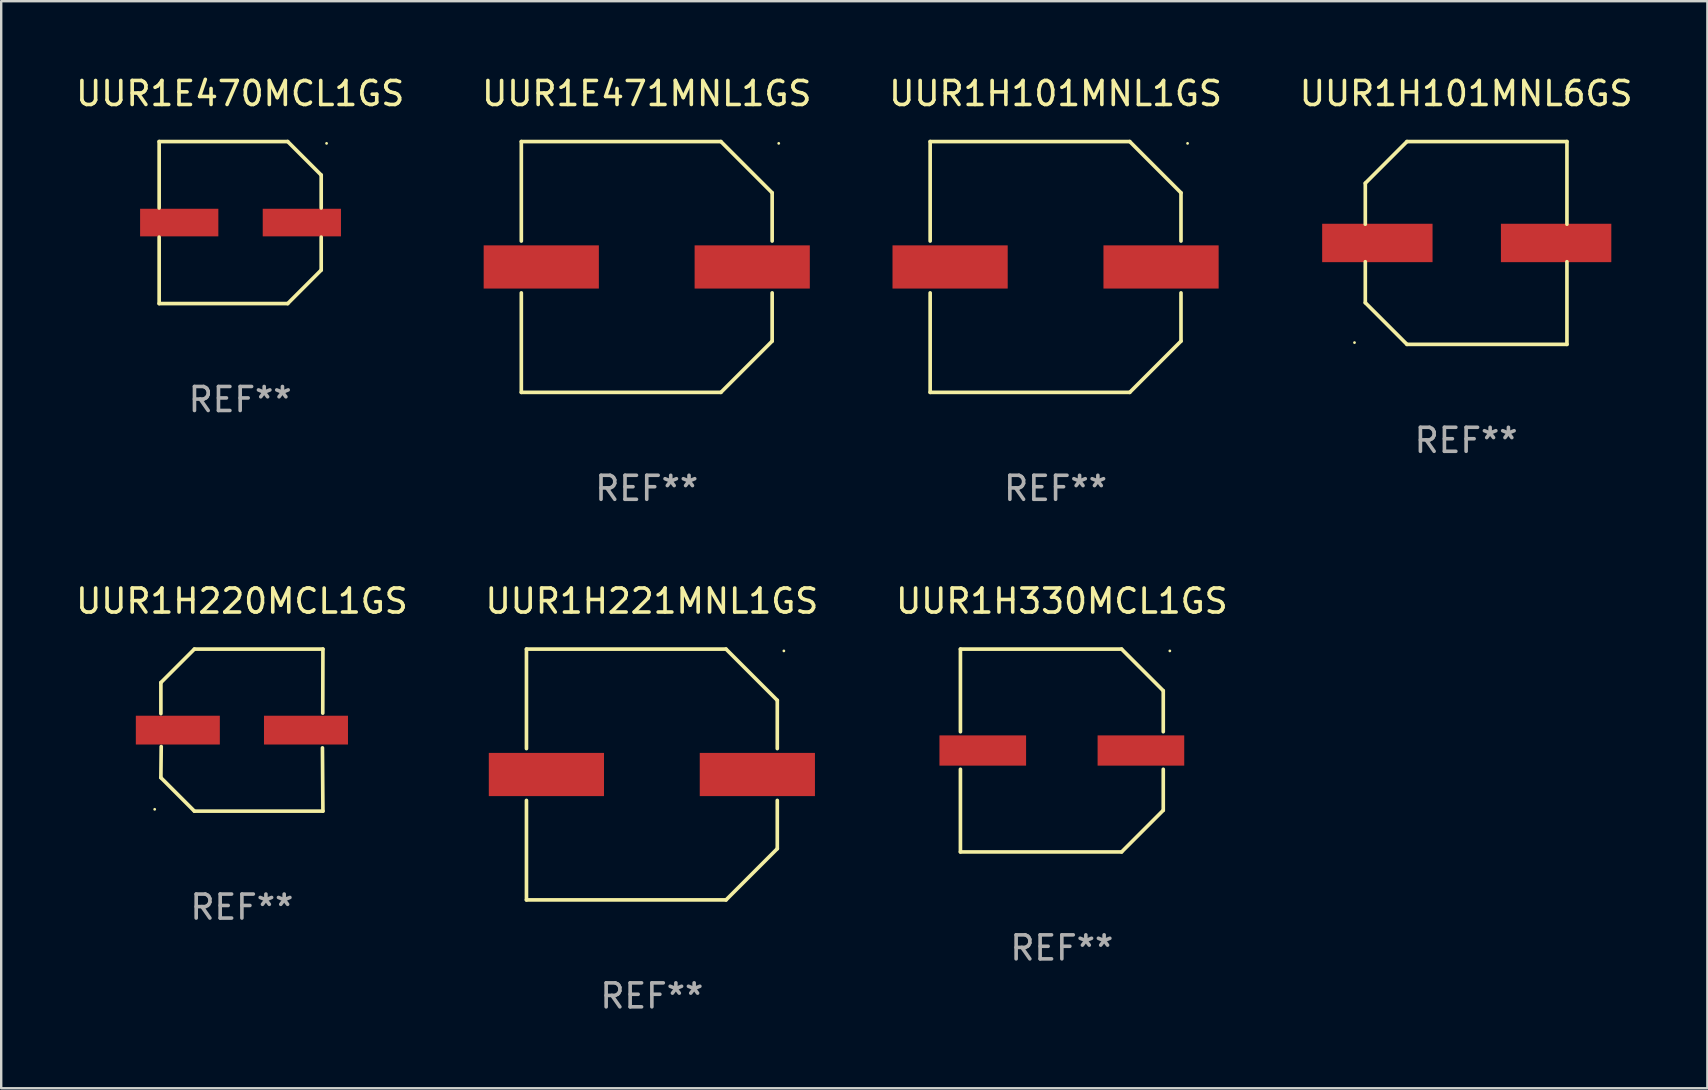
<source format=kicad_pcb>
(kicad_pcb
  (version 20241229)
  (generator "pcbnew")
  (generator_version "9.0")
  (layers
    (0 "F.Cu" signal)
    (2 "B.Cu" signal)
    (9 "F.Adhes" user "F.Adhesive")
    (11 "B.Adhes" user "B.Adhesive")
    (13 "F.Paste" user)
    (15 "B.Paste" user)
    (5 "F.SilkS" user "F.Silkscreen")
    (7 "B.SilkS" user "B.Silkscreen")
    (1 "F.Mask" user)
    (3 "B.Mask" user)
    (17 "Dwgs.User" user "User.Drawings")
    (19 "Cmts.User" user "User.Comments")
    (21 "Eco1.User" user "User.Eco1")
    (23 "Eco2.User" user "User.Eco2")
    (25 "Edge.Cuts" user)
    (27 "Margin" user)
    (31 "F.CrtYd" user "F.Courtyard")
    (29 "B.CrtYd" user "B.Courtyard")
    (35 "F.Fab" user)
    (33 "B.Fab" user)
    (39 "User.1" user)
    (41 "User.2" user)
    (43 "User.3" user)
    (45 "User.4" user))
  (footprint "UUR1E470MCL1GS"
    (layer "F.Cu")
    (at 6.958 6.224)
    (property "Reference" "UUR1E470MCL1GS" (at 0 -5.376 0) (layer "F.SilkS") (effects (font (size 1 1) (thickness 0.15))))
    (attr through_hole)
    (fp_line (start -3.376 -3.376) (end 1.98 -3.376) (stroke (width 0.152) (type solid)) (layer "F.SilkS"))
    (fp_line (start -3.376 -0.607) (end -3.376 -3.376) (stroke (width 0.152) (type solid)) (layer "F.SilkS"))
    (fp_line (start -3.376 0.607) (end -3.376 3.376) (stroke (width 0.152) (type solid)) (layer "F.SilkS"))
    (fp_line (start -3.376 3.376) (end 1.98 3.376) (stroke (width 0.152) (type solid)) (layer "F.SilkS"))
    (fp_line (start 1.98 -3.376) (end 3.376 -1.98) (stroke (width 0.152) (type solid)) (layer "F.SilkS"))
    (fp_line (start 1.98 3.376) (end 3.376 1.98) (stroke (width 0.152) (type solid)) (layer "F.SilkS"))
    (fp_line (start 3.376 -1.98) (end 3.376 -0.607) (stroke (width 0.152) (type solid)) (layer "F.SilkS"))
    (fp_line (start 3.376 1.98) (end 3.376 0.607) (stroke (width 0.152) (type solid)) (layer "F.SilkS"))
    (fp_circle (center 3.6 -3.3) (end 3.63 -3.3) (stroke (width 0.06) (type solid)) (fill no) (layer "F.SilkS"))
    (fp_text user "REF**" (at 0 7.376 0) (layer "F.Fab") (effects (font (size 1 1) (thickness 0.15))))
    (pad "1" smd rect (at 2.57 0 180) (size 3.26 1.15) (layers "F.Cu" "F.Mask" "F.Paste"))
    (pad "2" smd rect (at -2.54 0 180) (size 3.26 1.15) (layers "F.Cu" "F.Mask" "F.Paste")))
  (footprint "UUR1H101MNL6GS"
    (layer "F.Cu")
    (at 58.042 7.074)
    (property "Reference" "UUR1H101MNL6GS" (at 0 -6.226 0) (layer "F.SilkS") (effects (font (size 1 1) (thickness 0.15))))
    (attr through_hole)
    (fp_line (start -4.201 -2.49) (end -4.201 -0.782) (stroke (width 0.152) (type solid)) (layer "F.SilkS"))
    (fp_line (start -4.201 2.49) (end -4.201 0.782) (stroke (width 0.152) (type solid)) (layer "F.SilkS"))
    (fp_line (start -2.465 -4.226) (end -4.201 -2.49) (stroke (width 0.152) (type solid)) (layer "F.SilkS"))
    (fp_line (start -2.465 4.226) (end -4.201 2.49) (stroke (width 0.152) (type solid)) (layer "F.SilkS"))
    (fp_line (start 4.201 -4.226) (end -2.465 -4.226) (stroke (width 0.152) (type solid)) (layer "F.SilkS"))
    (fp_line (start 4.201 -0.782) (end 4.201 -4.226) (stroke (width 0.152) (type solid)) (layer "F.SilkS"))
    (fp_line (start 4.201 0.782) (end 4.201 4.226) (stroke (width 0.152) (type solid)) (layer "F.SilkS"))
    (fp_line (start 4.201 4.226) (end -2.465 4.226) (stroke (width 0.152) (type solid)) (layer "F.SilkS"))
    (fp_circle (center -4.651 4.152) (end -4.621 4.152) (stroke (width 0.06) (type solid)) (fill no) (layer "F.SilkS"))
    (fp_text user "REF**" (at 0 8.226 0) (layer "F.Fab") (effects (font (size 1 1) (thickness 0.15))))
    (pad "1" smd rect (at -3.699 0) (size 4.6 1.6) (layers "F.Cu" "F.Mask" "F.Paste"))
    (pad "2" smd rect (at 3.75 0) (size 4.6 1.6) (layers "F.Cu" "F.Mask" "F.Paste")))
  (footprint "UUR1H221MNL1GS"
    (layer "F.Cu")
    (at 24.113 29.223)
    (property "Reference" "UUR1H221MNL1GS" (at 0 -7.226 0) (layer "F.SilkS") (effects (font (size 1 1) (thickness 0.15))))
    (attr through_hole)
    (fp_line (start -5.226 -5.226) (end -5.226 -1.08) (stroke (width 0.152) (type solid)) (layer "F.SilkS"))
    (fp_line (start -5.226 -5.226) (end 3.09 -5.226) (stroke (width 0.152) (type solid)) (layer "F.SilkS"))
    (fp_line (start -5.226 1.08) (end -5.226 5.226) (stroke (width 0.152) (type solid)) (layer "F.SilkS"))
    (fp_line (start -5.226 5.226) (end 3.09 5.226) (stroke (width 0.152) (type solid)) (layer "F.SilkS"))
    (fp_line (start 3.09 -5.226) (end 5.226 -3.09) (stroke (width 0.152) (type solid)) (layer "F.SilkS"))
    (fp_line (start 3.09 5.226) (end 5.226 3.09) (stroke (width 0.152) (type solid)) (layer "F.SilkS"))
    (fp_line (start 5.226 -1.08) (end 5.226 -3.09) (stroke (width 0.152) (type solid)) (layer "F.SilkS"))
    (fp_line (start 5.226 3.09) (end 5.226 1.08) (stroke (width 0.152) (type solid)) (layer "F.SilkS"))
    (fp_circle (center 5.5 -5.15) (end 5.53 -5.15) (stroke (width 0.06) (type solid)) (fill no) (layer "F.SilkS"))
    (fp_text user "REF**" (at 0 9.226 0) (layer "F.Fab") (effects (font (size 1 1) (thickness 0.15))))
    (pad "1" smd rect (at 4.395 0 180) (size 4.8 1.8) (layers "F.Cu" "F.Mask" "F.Paste"))
    (pad "2" smd rect (at -4.395 0 180) (size 4.8 1.8) (layers "F.Cu" "F.Mask" "F.Paste")))
  (footprint "UUR1H330MCL1GS"
    (layer "F.Cu")
    (at 41.196 28.223)
    (property "Reference" "UUR1H330MCL1GS" (at 0 -6.226 0) (layer "F.SilkS") (effects (font (size 1 1) (thickness 0.15))))
    (attr through_hole)
    (fp_line (start -4.226 -4.226) (end 2.49 -4.226) (stroke (width 0.152) (type solid)) (layer "F.SilkS"))
    (fp_line (start -4.226 -0.782) (end -4.226 -4.226) (stroke (width 0.152) (type solid)) (layer "F.SilkS"))
    (fp_line (start -4.226 0.782) (end -4.226 4.226) (stroke (width 0.152) (type solid)) (layer "F.SilkS"))
    (fp_line (start -4.226 4.226) (end 2.49 4.226) (stroke (width 0.152) (type solid)) (layer "F.SilkS"))
    (fp_line (start 2.49 -4.226) (end 4.226 -2.49) (stroke (width 0.152) (type solid)) (layer "F.SilkS"))
    (fp_line (start 2.49 4.226) (end 4.226 2.49) (stroke (width 0.152) (type solid)) (layer "F.SilkS"))
    (fp_line (start 4.226 -2.49) (end 4.226 -0.782) (stroke (width 0.152) (type solid)) (layer "F.SilkS"))
    (fp_line (start 4.226 2.49) (end 4.226 0.782) (stroke (width 0.152) (type solid)) (layer "F.SilkS"))
    (fp_circle (center 4.5 -4.15) (end 4.53 -4.15) (stroke (width 0.06) (type solid)) (fill no) (layer "F.SilkS"))
    (fp_text user "REF**" (at 0 8.226 0) (layer "F.Fab") (effects (font (size 1 1) (thickness 0.15))))
    (pad "1" smd rect (at 3.295 0 180) (size 3.61 1.26) (layers "F.Cu" "F.Mask" "F.Paste"))
    (pad "2" smd rect (at -3.295 0 180) (size 3.61 1.26) (layers "F.Cu" "F.Mask" "F.Paste")))
  (footprint "UUR1H101MNL1GS"
    (layer "F.Cu")
    (at 40.935 8.074)
    (property "Reference" "UUR1H101MNL1GS" (at 0 -7.226 0) (layer "F.SilkS") (effects (font (size 1 1) (thickness 0.15))))
    (attr through_hole)
    (fp_line (start -5.226 -5.226) (end -5.226 -1.08) (stroke (width 0.152) (type solid)) (layer "F.SilkS"))
    (fp_line (start -5.226 -5.226) (end 3.09 -5.226) (stroke (width 0.152) (type solid)) (layer "F.SilkS"))
    (fp_line (start -5.226 1.08) (end -5.226 5.226) (stroke (width 0.152) (type solid)) (layer "F.SilkS"))
    (fp_line (start -5.226 5.226) (end 3.09 5.226) (stroke (width 0.152) (type solid)) (layer "F.SilkS"))
    (fp_line (start 3.09 -5.226) (end 5.226 -3.09) (stroke (width 0.152) (type solid)) (layer "F.SilkS"))
    (fp_line (start 3.09 5.226) (end 5.226 3.09) (stroke (width 0.152) (type solid)) (layer "F.SilkS"))
    (fp_line (start 5.226 -1.08) (end 5.226 -3.09) (stroke (width 0.152) (type solid)) (layer "F.SilkS"))
    (fp_line (start 5.226 3.09) (end 5.226 1.08) (stroke (width 0.152) (type solid)) (layer "F.SilkS"))
    (fp_circle (center 5.5 -5.15) (end 5.53 -5.15) (stroke (width 0.06) (type solid)) (fill no) (layer "F.SilkS"))
    (fp_text user "REF**" (at 0 9.226 0) (layer "F.Fab") (effects (font (size 1 1) (thickness 0.15))))
    (pad "1" smd rect (at 4.395 0 180) (size 4.8 1.8) (layers "F.Cu" "F.Mask" "F.Paste"))
    (pad "2" smd rect (at -4.395 0 180) (size 4.8 1.8) (layers "F.Cu" "F.Mask" "F.Paste")))
  (footprint "UUR1E471MNL1GS"
    (layer "F.Cu")
    (at 23.899 8.074)
    (property "Reference" "UUR1E471MNL1GS" (at 0 -7.226 0) (layer "F.SilkS") (effects (font (size 1 1) (thickness 0.15))))
    (attr through_hole)
    (fp_line (start -5.226 -5.226) (end -5.226 -1.08) (stroke (width 0.152) (type solid)) (layer "F.SilkS"))
    (fp_line (start -5.226 -5.226) (end 3.09 -5.226) (stroke (width 0.152) (type solid)) (layer "F.SilkS"))
    (fp_line (start -5.226 1.08) (end -5.226 5.226) (stroke (width 0.152) (type solid)) (layer "F.SilkS"))
    (fp_line (start -5.226 5.226) (end 3.09 5.226) (stroke (width 0.152) (type solid)) (layer "F.SilkS"))
    (fp_line (start 3.09 -5.226) (end 5.226 -3.09) (stroke (width 0.152) (type solid)) (layer "F.SilkS"))
    (fp_line (start 3.09 5.226) (end 5.226 3.09) (stroke (width 0.152) (type solid)) (layer "F.SilkS"))
    (fp_line (start 5.226 -1.08) (end 5.226 -3.09) (stroke (width 0.152) (type solid)) (layer "F.SilkS"))
    (fp_line (start 5.226 3.09) (end 5.226 1.08) (stroke (width 0.152) (type solid)) (layer "F.SilkS"))
    (fp_circle (center 5.5 -5.15) (end 5.53 -5.15) (stroke (width 0.06) (type solid)) (fill no) (layer "F.SilkS"))
    (fp_text user "REF**" (at 0 9.226 0) (layer "F.Fab") (effects (font (size 1 1) (thickness 0.15))))
    (pad "1" smd rect (at 4.395 0 180) (size 4.8 1.8) (layers "F.Cu" "F.Mask" "F.Paste"))
    (pad "2" smd rect (at -4.395 0 180) (size 4.8 1.8) (layers "F.Cu" "F.Mask" "F.Paste")))
  (footprint "UUR1H220MCL1GS"
    (layer "F.Cu")
    (at 7.03 27.373)
    (property "Reference" "UUR1H220MCL1GS" (at 0 -5.376 0) (layer "F.SilkS") (effects (font (size 1 1) (thickness 0.15))))
    (attr through_hole)
    (fp_line (start -3.376 -1.98) (end -3.376 -0.686) (stroke (width 0.152) (type solid)) (layer "F.SilkS"))
    (fp_line (start -3.376 1.981) (end -3.362 0.686) (stroke (width 0.152) (type solid)) (layer "F.SilkS"))
    (fp_line (start -1.981 3.376) (end -3.376 1.981) (stroke (width 0.152) (type solid)) (layer "F.SilkS"))
    (fp_line (start -1.98 -3.376) (end -3.376 -1.98) (stroke (width 0.152) (type solid)) (layer "F.SilkS"))
    (fp_line (start 3.356 0.74) (end 3.376 3.376) (stroke (width 0.152) (type solid)) (layer "F.SilkS"))
    (fp_line (start 3.369 -0.707) (end 3.376 -3.376) (stroke (width 0.152) (type solid)) (layer "F.SilkS"))
    (fp_line (start 3.376 3.376) (end -1.981 3.376) (stroke (width 0.152) (type solid)) (layer "F.SilkS"))
    (fp_line (start 3.376 -3.376) (end -1.98 -3.376) (stroke (width 0.152) (type solid)) (layer "F.SilkS"))
    (fp_circle (center -3.634 3.3) (end -3.604 3.3) (stroke (width 0.06) (type solid)) (fill no) (layer "F.SilkS"))
    (fp_text user "REF**" (at 0 7.376 0) (layer "F.Fab") (effects (font (size 1 1) (thickness 0.15))))
    (pad "1" smd rect (at -2.67 0.000254) (size 3.5 1.2) (layers "F.Cu" "F.Mask" "F.Paste"))
    (pad "2" smd rect (at 2.67 0.000254) (size 3.5 1.2) (layers "F.Cu" "F.Mask" "F.Paste")))
  (gr_rect
    (start -3 -3)
    (end 68.095 42.298)
    (stroke (width 0.1) (type default))
    (fill no)
    (layer "Edge.Cuts")))
</source>
